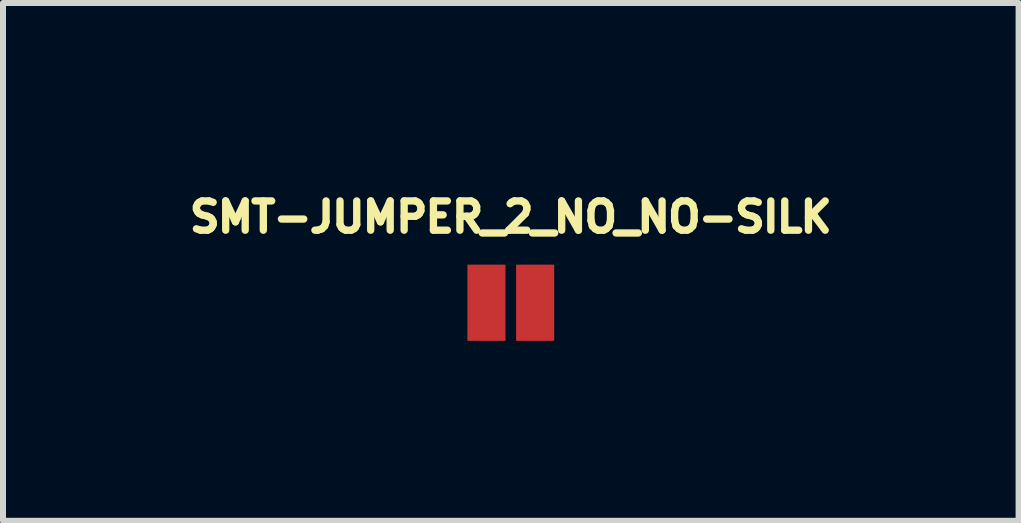
<source format=kicad_pcb>
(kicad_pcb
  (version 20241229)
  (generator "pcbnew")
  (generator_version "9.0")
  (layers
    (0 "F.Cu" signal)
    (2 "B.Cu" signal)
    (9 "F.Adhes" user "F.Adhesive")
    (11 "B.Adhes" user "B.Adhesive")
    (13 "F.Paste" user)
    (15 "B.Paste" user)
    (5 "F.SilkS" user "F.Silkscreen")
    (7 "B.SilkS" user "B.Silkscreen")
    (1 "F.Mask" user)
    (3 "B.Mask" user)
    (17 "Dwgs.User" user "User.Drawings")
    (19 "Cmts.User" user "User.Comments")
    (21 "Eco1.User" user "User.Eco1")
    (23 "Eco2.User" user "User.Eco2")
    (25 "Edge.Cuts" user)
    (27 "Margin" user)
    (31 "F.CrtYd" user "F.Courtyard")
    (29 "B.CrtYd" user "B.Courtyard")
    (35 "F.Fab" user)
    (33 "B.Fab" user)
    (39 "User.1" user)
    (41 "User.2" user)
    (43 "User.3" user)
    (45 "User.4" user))
  (footprint "SMT-JUMPER_2_NO_NO-SILK"
    (layer "F.Cu")
    (at 5.464 1.996)
    (property "Reference" "SMT-JUMPER_2_NO_NO-SILK" (at 0 -1.143 0) (layer "F.SilkS") (effects (font (size 0.488 0.488) (thickness 0.122)) (justify bottom)))
    (pad "1" smd rect (at -0.406 0) (size 0.635 1.27) (layers "F.Cu" "F.Mask"))
    (pad "2" smd rect (at 0.406 0) (size 0.635 1.27) (layers "F.Cu" "F.Mask")))
  (gr_rect
    (start -3 -3)
    (end 13.928 5.631)
    (stroke (width 0.1) (type default))
    (fill no)
    (layer "Edge.Cuts")))
</source>
